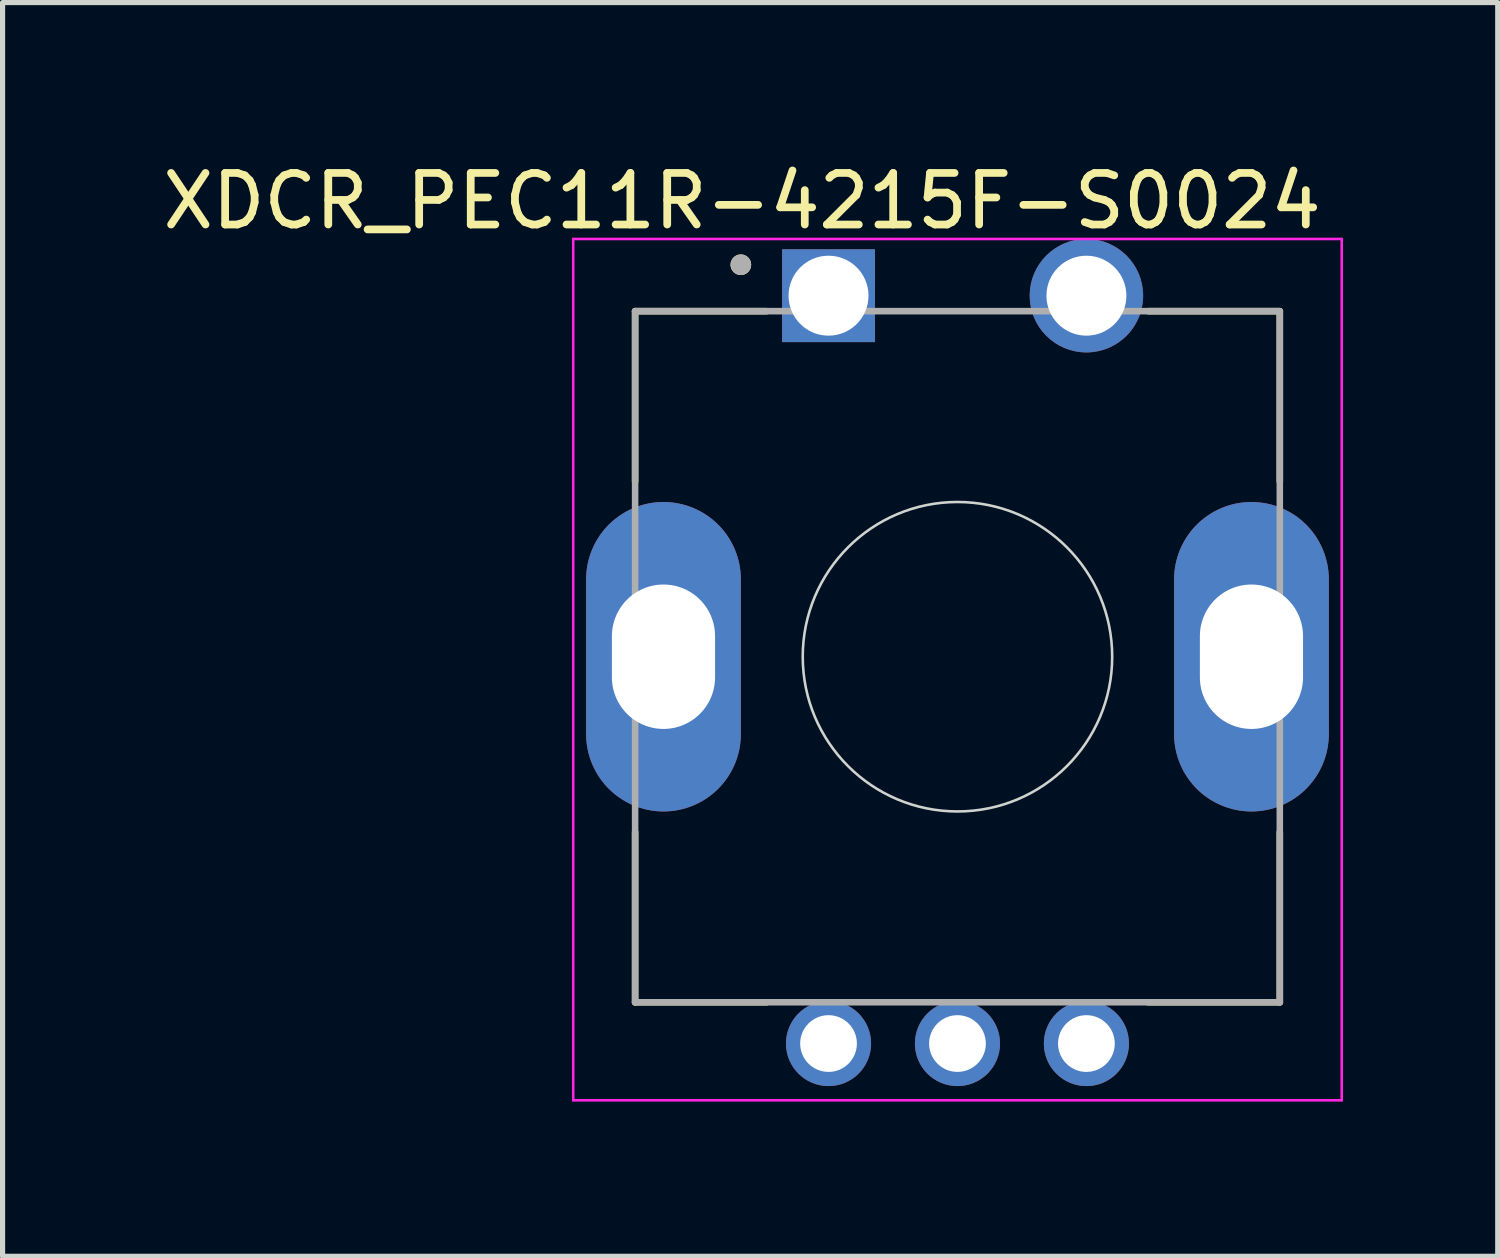
<source format=kicad_pcb>
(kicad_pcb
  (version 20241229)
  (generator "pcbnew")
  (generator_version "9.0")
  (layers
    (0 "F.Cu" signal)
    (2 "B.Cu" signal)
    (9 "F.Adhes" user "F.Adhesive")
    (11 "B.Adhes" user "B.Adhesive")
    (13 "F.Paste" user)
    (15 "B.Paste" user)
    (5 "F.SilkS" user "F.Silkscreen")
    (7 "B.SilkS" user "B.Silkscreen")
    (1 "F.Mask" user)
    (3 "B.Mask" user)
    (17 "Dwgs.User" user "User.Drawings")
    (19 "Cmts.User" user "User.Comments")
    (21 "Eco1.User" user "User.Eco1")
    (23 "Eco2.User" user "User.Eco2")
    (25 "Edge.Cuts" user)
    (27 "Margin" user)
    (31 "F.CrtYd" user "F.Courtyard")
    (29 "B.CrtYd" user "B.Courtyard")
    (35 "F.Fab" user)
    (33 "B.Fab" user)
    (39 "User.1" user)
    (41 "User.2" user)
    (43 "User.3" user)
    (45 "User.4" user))
  (footprint "XDCR_PEC11R-4215F-S0024"
    (layer "F.Cu")
    (at 15.514 9.683)
    (property "Reference" "XDCR_PEC11R-4215F-S0024" (at -4.175 -8.835 0) (layer "F.SilkS") (effects (font (size 1 1) (thickness 0.15))))
    (attr through_hole)
    (fp_line (start -6.25 -6.7) (end -3.7 -6.7) (stroke (width 0.127) (type solid)) (layer "F.SilkS"))
    (fp_line (start -6.25 -3.4) (end -6.25 -6.7) (stroke (width 0.127) (type solid)) (layer "F.SilkS"))
    (fp_line (start -6.25 3.4) (end -6.25 6.7) (stroke (width 0.127) (type solid)) (layer "F.SilkS"))
    (fp_line (start -6.25 6.7) (end -3.7 6.7) (stroke (width 0.127) (type solid)) (layer "F.SilkS"))
    (fp_line (start 3.7 -6.7) (end 6.25 -6.7) (stroke (width 0.127) (type solid)) (layer "F.SilkS"))
    (fp_line (start 3.7 6.7) (end 6.25 6.7) (stroke (width 0.127) (type solid)) (layer "F.SilkS"))
    (fp_line (start 6.25 -6.7) (end 6.25 -3.4) (stroke (width 0.127) (type solid)) (layer "F.SilkS"))
    (fp_line (start 6.25 6.7) (end 6.25 3.4) (stroke (width 0.127) (type solid)) (layer "F.SilkS"))
    (fp_circle (center -4.2 -7.6) (end -4.1 -7.6) (stroke (width 0.2) (type solid)) (fill no) (layer "F.SilkS"))
    (fp_circle (center 0 0) (end 3 0) (stroke (width 0.05) (type solid)) (fill no) (layer "Edge.Cuts"))
    (fp_line (start -7.45 -8.1) (end -7.45 8.6) (stroke (width 0.05) (type solid)) (layer "F.CrtYd"))
    (fp_line (start -7.45 8.6) (end 7.45 8.6) (stroke (width 0.05) (type solid)) (layer "F.CrtYd"))
    (fp_line (start 7.45 -8.1) (end -7.45 -8.1) (stroke (width 0.05) (type solid)) (layer "F.CrtYd"))
    (fp_line (start 7.45 8.6) (end 7.45 -8.1) (stroke (width 0.05) (type solid)) (layer "F.CrtYd"))
    (fp_line (start -6.25 -6.7) (end 6.25 -6.7) (stroke (width 0.127) (type solid)) (layer "F.Fab"))
    (fp_line (start -6.25 6.7) (end -6.25 -6.7) (stroke (width 0.127) (type solid)) (layer "F.Fab"))
    (fp_line (start 6.25 -6.7) (end 6.25 6.7) (stroke (width 0.127) (type solid)) (layer "F.Fab"))
    (fp_line (start 6.25 6.7) (end -6.25 6.7) (stroke (width 0.127) (type solid)) (layer "F.Fab"))
    (fp_circle (center -4.2 -7.6) (end -4.1 -7.6) (stroke (width 0.2) (type solid)) (fill no) (layer "F.Fab"))
    (pad "1" thru_hole rect (at -2.5 -7) (size 1.8 1.8) (drill 1.55) (layers "*.Cu" "*.Mask"))
    (pad "2" thru_hole circle (at 2.5 -7) (size 2.2 2.2) (drill 1.55) (layers "*.Cu" "*.Mask"))
    (pad "A" thru_hole circle (at -2.5 7.5) (size 1.65 1.65) (drill 1.1) (layers "*.Cu" "*.Mask"))
    (pad "B" thru_hole circle (at 2.5 7.5) (size 1.65 1.65) (drill 1.1) (layers "*.Cu" "*.Mask"))
    (pad "COM" thru_hole circle (at 0 7.5) (size 1.65 1.65) (drill 1.1) (layers "*.Cu" "*.Mask"))
    (pad "S1" thru_hole oval (at -5.7 0) (size 3 6) (drill oval 2 2.8) (layers "*.Cu" "*.Mask"))
    (pad "S2" thru_hole oval (at 5.7 0) (size 3 6) (drill oval 2 2.8) (layers "*.Cu" "*.Mask")))
  (gr_rect
    (start -3 -3)
    (end 25.989 21.308)
    (stroke (width 0.1) (type default))
    (fill no)
    (layer "Edge.Cuts")))
</source>
